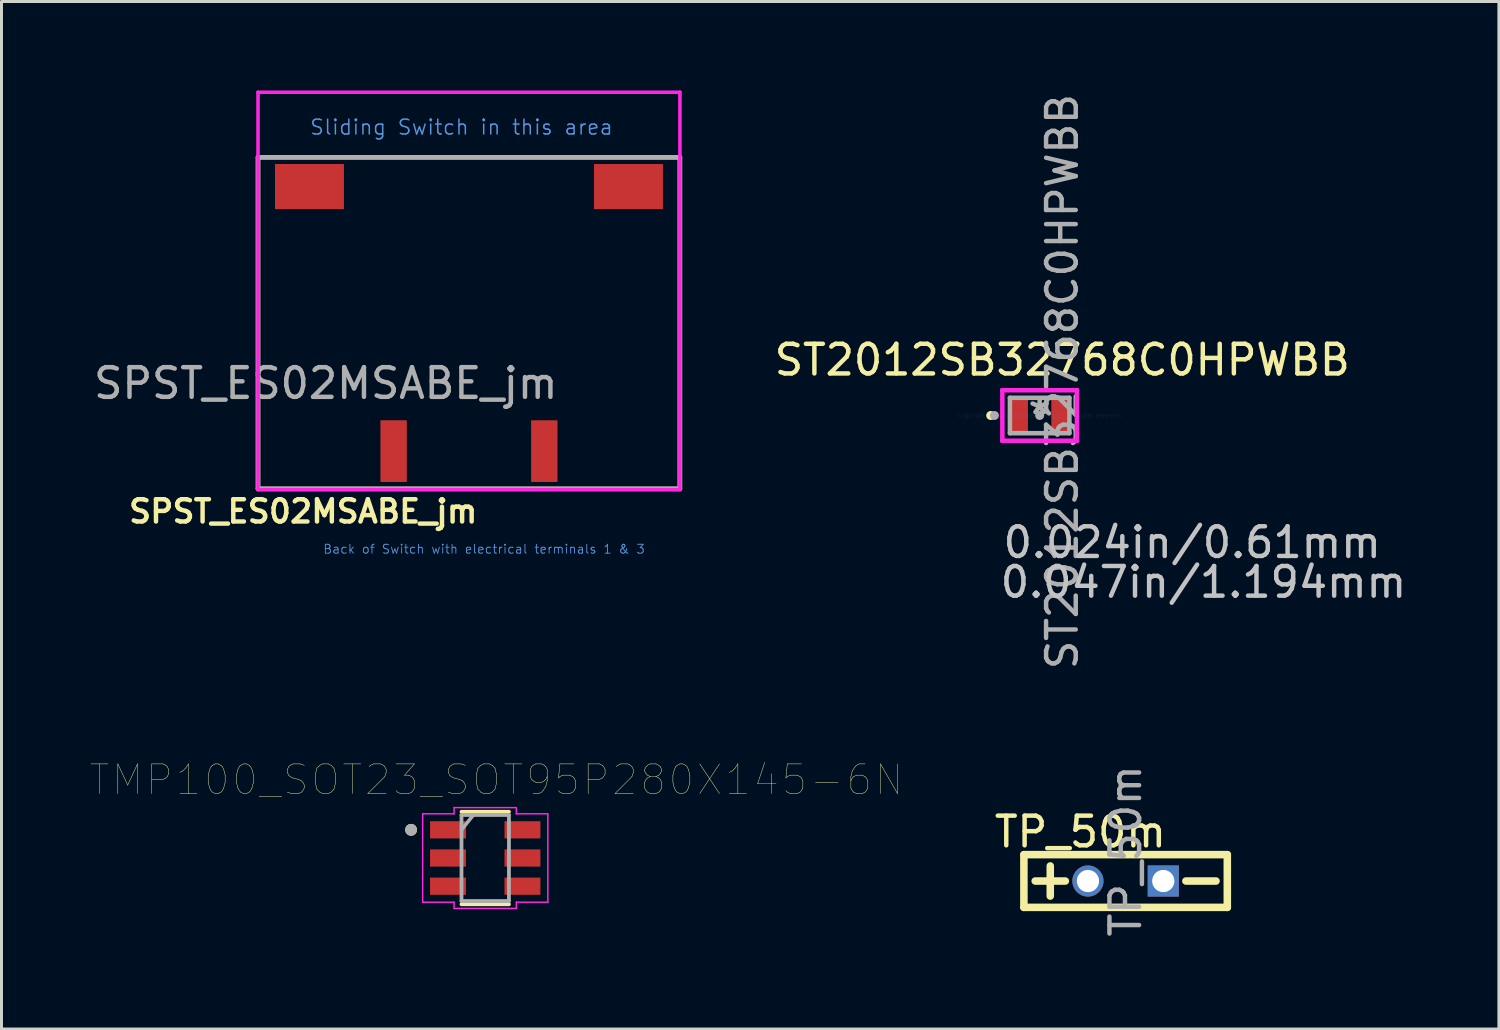
<source format=kicad_pcb>
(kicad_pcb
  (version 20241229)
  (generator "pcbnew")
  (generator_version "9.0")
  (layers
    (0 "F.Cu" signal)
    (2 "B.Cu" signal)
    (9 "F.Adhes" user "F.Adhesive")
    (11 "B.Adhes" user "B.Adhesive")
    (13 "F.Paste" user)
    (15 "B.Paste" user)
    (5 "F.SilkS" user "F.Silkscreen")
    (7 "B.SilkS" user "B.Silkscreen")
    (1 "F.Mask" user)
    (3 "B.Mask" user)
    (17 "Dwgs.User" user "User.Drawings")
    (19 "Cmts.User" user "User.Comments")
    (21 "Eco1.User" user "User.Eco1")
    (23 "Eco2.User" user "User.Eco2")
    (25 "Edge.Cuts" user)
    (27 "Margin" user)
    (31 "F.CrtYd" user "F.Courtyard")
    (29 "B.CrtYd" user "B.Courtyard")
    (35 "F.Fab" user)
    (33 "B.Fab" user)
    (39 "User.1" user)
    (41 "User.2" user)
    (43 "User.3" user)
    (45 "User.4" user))
  (footprint "TP_50m"
    (layer "F.Cu")
    (at 33.629 26.653)
    (property "Reference" "TP_50m" (at -0.254 -1.659 0) (layer "F.SilkS") (effects (font (size 1 1) (thickness 0.15))))
    (attr through_hole)
    (fp_line (start -2.159 -0.889) (end -2.159 0.889) (stroke (width 0.254) (type solid)) (layer "F.SilkS"))
    (fp_line (start -2.159 -0.889) (end 4.699 -0.889) (stroke (width 0.254) (type solid)) (layer "F.SilkS"))
    (fp_line (start -2.159 0.889) (end 4.699 0.889) (stroke (width 0.254) (type solid)) (layer "F.SilkS"))
    (fp_line (start -1.27 -0.508) (end -1.27 0.508) (stroke (width 0.254) (type solid)) (layer "F.SilkS"))
    (fp_line (start -0.762 0) (end -1.778 0) (stroke (width 0.254) (type solid)) (layer "F.SilkS"))
    (fp_line (start 3.302 0) (end 4.318 0) (stroke (width 0.254) (type solid)) (layer "F.SilkS"))
    (fp_line (start 4.699 -0.889) (end 4.699 0.889) (stroke (width 0.254) (type solid)) (layer "F.SilkS"))
    (fp_text user "${REFERENCE}" (at 1.27 -1.016 90) (layer "F.Fab") (effects (font (size 1 1) (thickness 0.15))))
    (pad "1" thru_hole circle (at 0 0) (size 1.05 1.05) (drill 0.75) (layers "*.Cu" "*.Mask"))
    (pad "2" thru_hole rect (at 2.54 0) (size 1.05 1.05) (drill 0.75) (layers "*.Cu" "*.Mask")))
  (footprint "SPST_ES02MSABE_jm"
    (layer "F.Cu")
    (at 15.301 12.16)
    (property "Reference" "SPST_ES02MSABE_jm" (at -8.128 2.032 0) (layer "F.SilkS") (effects (font (size 0.75 0.75) (thickness 0.15))))
    (attr through_hole)
    (fp_line (start -9.652 -9.906) (end -9.652 1.27) (stroke (width 0.15) (type solid)) (layer "F.SilkS"))
    (fp_line (start -9.652 -9.906) (end 4.572 -9.906) (stroke (width 0.15) (type solid)) (layer "F.SilkS"))
    (fp_line (start -9.652 1.27) (end 4.572 1.27) (stroke (width 0.15) (type solid)) (layer "F.SilkS"))
    (fp_line (start 4.572 -9.906) (end 4.572 1.27) (stroke (width 0.15) (type solid)) (layer "F.SilkS"))
    (fp_line (start -9.652 -12.1) (end 4.572 -12.1) (stroke (width 0.12) (type solid)) (layer "F.CrtYd"))
    (fp_line (start -9.652 1.3) (end -9.652 -12.1) (stroke (width 0.12) (type solid)) (layer "F.CrtYd"))
    (fp_line (start -9.652 1.3) (end 4.572 1.3) (stroke (width 0.12) (type solid)) (layer "F.CrtYd"))
    (fp_line (start 4.572 1.3) (end 4.572 -12.1) (stroke (width 0.12) (type solid)) (layer "F.CrtYd"))
    (fp_line (start -9.652 -9.906) (end -9.652 1.27) (stroke (width 0.15) (type solid)) (layer "F.Fab"))
    (fp_line (start -9.652 -9.906) (end 4.572 -9.906) (stroke (width 0.15) (type solid)) (layer "F.Fab"))
    (fp_line (start -9.652 1.27) (end 4.572 1.27) (stroke (width 0.15) (type solid)) (layer "F.Fab"))
    (fp_line (start 4.572 -9.906) (end 4.572 1.27) (stroke (width 0.15) (type solid)) (layer "F.Fab"))
    (fp_text user "Sliding Switch in this area" (at -2.794 -10.922 0) (layer "Cmts.User") (effects (font (size 0.5 0.5) (thickness 0.05))))
    (fp_text user "Back of Switch with electrical terminals 1 & 3" (at -2.032 3.302 0) (layer "Cmts.User") (effects (font (size 0.3 0.3) (thickness 0.03))))
    (fp_text user "${REFERENCE}" (at -7.366 -2.286 0) (layer "F.Fab") (effects (font (size 1 1) (thickness 0.15))))
    (pad "1" smd rect (at 0 0) (size 0.89 2.08) (layers "F.Cu" "F.Mask" "F.Paste"))
    (pad "3" smd rect (at -5.08 0) (size 0.89 2.08) (layers "F.Cu" "F.Mask" "F.Paste"))
    (pad "M1" smd rect (at 2.837 -8.92) (size 2.325 1.52) (layers "F.Cu" "F.Mask" "F.Paste"))
    (pad "M2" smd rect (at -7.918 -8.92) (size 2.325 1.52) (layers "F.Cu" "F.Mask" "F.Paste")))
  (footprint "ST2012SB32768C0HPWBB"
    (layer "F.Cu")
    (at 32.001 10.958)
    (property "Reference" "ST2012SB32768C0HPWBB" (at 0.762 -1.873 0) (layer "F.SilkS") (effects (font (size 1 1) (thickness 0.15))))
    (attr through_hole)
    (fp_circle (center -1.651 0) (end -1.575 0) (stroke (width 0.152) (type solid)) (fill no) (layer "F.SilkS"))
    (fp_line (start -1.257 -0.851) (end -1.257 -0.851) (stroke (width 0.152) (type solid)) (layer "F.CrtYd"))
    (fp_line (start -1.257 -0.851) (end -1.257 -0.851) (stroke (width 0.152) (type solid)) (layer "F.CrtYd"))
    (fp_line (start -1.257 -0.851) (end 1.257 -0.851) (stroke (width 0.152) (type solid)) (layer "F.CrtYd"))
    (fp_line (start -1.257 0.851) (end -1.257 -0.851) (stroke (width 0.152) (type solid)) (layer "F.CrtYd"))
    (fp_line (start -1.257 0.851) (end -1.257 0.851) (stroke (width 0.152) (type solid)) (layer "F.CrtYd"))
    (fp_line (start -1.257 0.851) (end -1.257 0.851) (stroke (width 0.152) (type solid)) (layer "F.CrtYd"))
    (fp_line (start 1.257 -0.851) (end 1.257 -0.851) (stroke (width 0.152) (type solid)) (layer "F.CrtYd"))
    (fp_line (start 1.257 -0.851) (end 1.257 -0.851) (stroke (width 0.152) (type solid)) (layer "F.CrtYd"))
    (fp_line (start 1.257 -0.851) (end 1.257 0.851) (stroke (width 0.152) (type solid)) (layer "F.CrtYd"))
    (fp_line (start 1.257 0.851) (end -1.257 0.851) (stroke (width 0.152) (type solid)) (layer "F.CrtYd"))
    (fp_line (start 1.257 0.851) (end 1.257 0.851) (stroke (width 0.152) (type solid)) (layer "F.CrtYd"))
    (fp_line (start 1.257 0.851) (end 1.257 0.851) (stroke (width 0.152) (type solid)) (layer "F.CrtYd"))
    (fp_line (start -1.003 -0.597) (end -1.003 0.597) (stroke (width 0.152) (type solid)) (layer "F.Fab"))
    (fp_line (start -1.003 0.597) (end 1.003 0.597) (stroke (width 0.152) (type solid)) (layer "F.Fab"))
    (fp_line (start 1.003 -0.597) (end -1.003 -0.597) (stroke (width 0.152) (type solid)) (layer "F.Fab"))
    (fp_line (start 1.003 0.597) (end 1.003 -0.597) (stroke (width 0.152) (type solid)) (layer "F.Fab"))
    (fp_circle (center -1.524 0) (end -1.448 0) (stroke (width 0.152) (type solid)) (fill no) (layer "F.Fab"))
    (fp_circle (center 0 0) (end 0 0) (stroke (width 0.152) (type solid)) (fill no) (layer "F.Fab"))
    (fp_text user "0.047in/1.194mm" (at 5.524 5.619 0) (layer "Dwgs.User") (effects (font (size 1 1) (thickness 0.15))))
    (fp_text user "0.024in/0.61mm" (at 5.144 4.28 0) (layer "Dwgs.User") (effects (font (size 1 1) (thickness 0.15))))
    (fp_text user "Copyright 2016 Accelerated Designs. All rights reserved." (at 0 0 0) (layer "Cmts.User") (effects (font (size 0.127 0.127) (thickness 0.002))))
    (fp_text user "*" (at 0 0 0) (layer "F.Fab") (effects (font (size 1 1) (thickness 0.15))))
    (fp_text user "${REFERENCE}" (at 0.762 -1.143 90) (layer "F.Fab") (effects (font (size 1 1) (thickness 0.15))))
    (pad "1" smd rect (at -0.699 0) (size 0.61 1.194) (layers "F.Cu" "F.Mask" "F.Paste"))
    (pad "2" smd rect (at 0.699 0) (size 0.61 1.194) (layers "F.Cu" "F.Mask" "F.Paste")))
  (footprint "TMP100_SOT23_SOT95P280X145-6N"
    (layer "F.Cu")
    (at 13.309 25.877)
    (property "Reference" "TMP100_SOT23_SOT95P280X145-6N" (at 0.375 -2.635 0) (layer "F.SilkS") (effects (font (size 1 1) (thickness 0.015))))
    (attr through_hole)
    (fp_line (start -0.8 1.56) (end 0.8 1.56) (stroke (width 0.127) (type solid)) (layer "F.SilkS"))
    (fp_line (start 0.8 -1.56) (end -0.8 -1.56) (stroke (width 0.127) (type solid)) (layer "F.SilkS"))
    (fp_circle (center -2.5 -0.95) (end -2.4 -0.95) (stroke (width 0.2) (type solid)) (fill no) (layer "F.SilkS"))
    (fp_line (start -2.11 -1.49) (end -2.11 1.49) (stroke (width 0.05) (type solid)) (layer "F.CrtYd"))
    (fp_line (start -2.11 -1.49) (end -1.05 -1.49) (stroke (width 0.05) (type solid)) (layer "F.CrtYd"))
    (fp_line (start -2.11 1.49) (end -1.05 1.49) (stroke (width 0.05) (type solid)) (layer "F.CrtYd"))
    (fp_line (start -1.05 -1.49) (end -1.05 -1.7) (stroke (width 0.05) (type solid)) (layer "F.CrtYd"))
    (fp_line (start -1.05 1.49) (end -1.05 1.7) (stroke (width 0.05) (type solid)) (layer "F.CrtYd"))
    (fp_line (start -1.05 1.7) (end 1.05 1.7) (stroke (width 0.05) (type solid)) (layer "F.CrtYd"))
    (fp_line (start 1.05 -1.7) (end -1.05 -1.7) (stroke (width 0.05) (type solid)) (layer "F.CrtYd"))
    (fp_line (start 1.05 -1.49) (end 1.05 -1.7) (stroke (width 0.05) (type solid)) (layer "F.CrtYd"))
    (fp_line (start 1.05 1.49) (end 1.05 1.7) (stroke (width 0.05) (type solid)) (layer "F.CrtYd"))
    (fp_line (start 2.11 -1.49) (end 1.05 -1.49) (stroke (width 0.05) (type solid)) (layer "F.CrtYd"))
    (fp_line (start 2.11 1.49) (end 1.05 1.49) (stroke (width 0.05) (type solid)) (layer "F.CrtYd"))
    (fp_line (start 2.11 1.49) (end 2.11 -1.49) (stroke (width 0.05) (type solid)) (layer "F.CrtYd"))
    (fp_line (start -0.8 -1.45) (end -0.8 1.45) (stroke (width 0.127) (type solid)) (layer "F.Fab"))
    (fp_line (start -0.8 -0.95) (end -0.4 -1.45) (stroke (width 0.12) (type solid)) (layer "F.Fab"))
    (fp_line (start -0.8 1.45) (end 0.8 1.45) (stroke (width 0.127) (type solid)) (layer "F.Fab"))
    (fp_line (start 0.8 -1.45) (end -0.8 -1.45) (stroke (width 0.127) (type solid)) (layer "F.Fab"))
    (fp_line (start 0.8 1.45) (end 0.8 -1.45) (stroke (width 0.127) (type solid)) (layer "F.Fab"))
    (fp_circle (center -2.5 -0.95) (end -2.4 -0.95) (stroke (width 0.2) (type solid)) (fill no) (layer "F.Fab"))
    (pad "1" smd rect (at -1.255 -0.95) (size 1.21 0.58) (layers "F.Cu" "F.Mask" "F.Paste"))
    (pad "2" smd rect (at -1.255 0) (size 1.21 0.58) (layers "F.Cu" "F.Mask" "F.Paste"))
    (pad "3" smd rect (at -1.255 0.95) (size 1.21 0.58) (layers "F.Cu" "F.Mask" "F.Paste"))
    (pad "4" smd rect (at 1.255 0.95) (size 1.21 0.58) (layers "F.Cu" "F.Mask" "F.Paste"))
    (pad "5" smd rect (at 1.255 0) (size 1.21 0.58) (layers "F.Cu" "F.Mask" "F.Paste"))
    (pad "6" smd rect (at 1.255 -0.95) (size 1.21 0.58) (layers "F.Cu" "F.Mask" "F.Paste")))
  (gr_rect
    (start -3 -3)
    (end 47.484 31.643)
    (stroke (width 0.1) (type default))
    (fill no)
    (layer "Edge.Cuts")))
</source>
